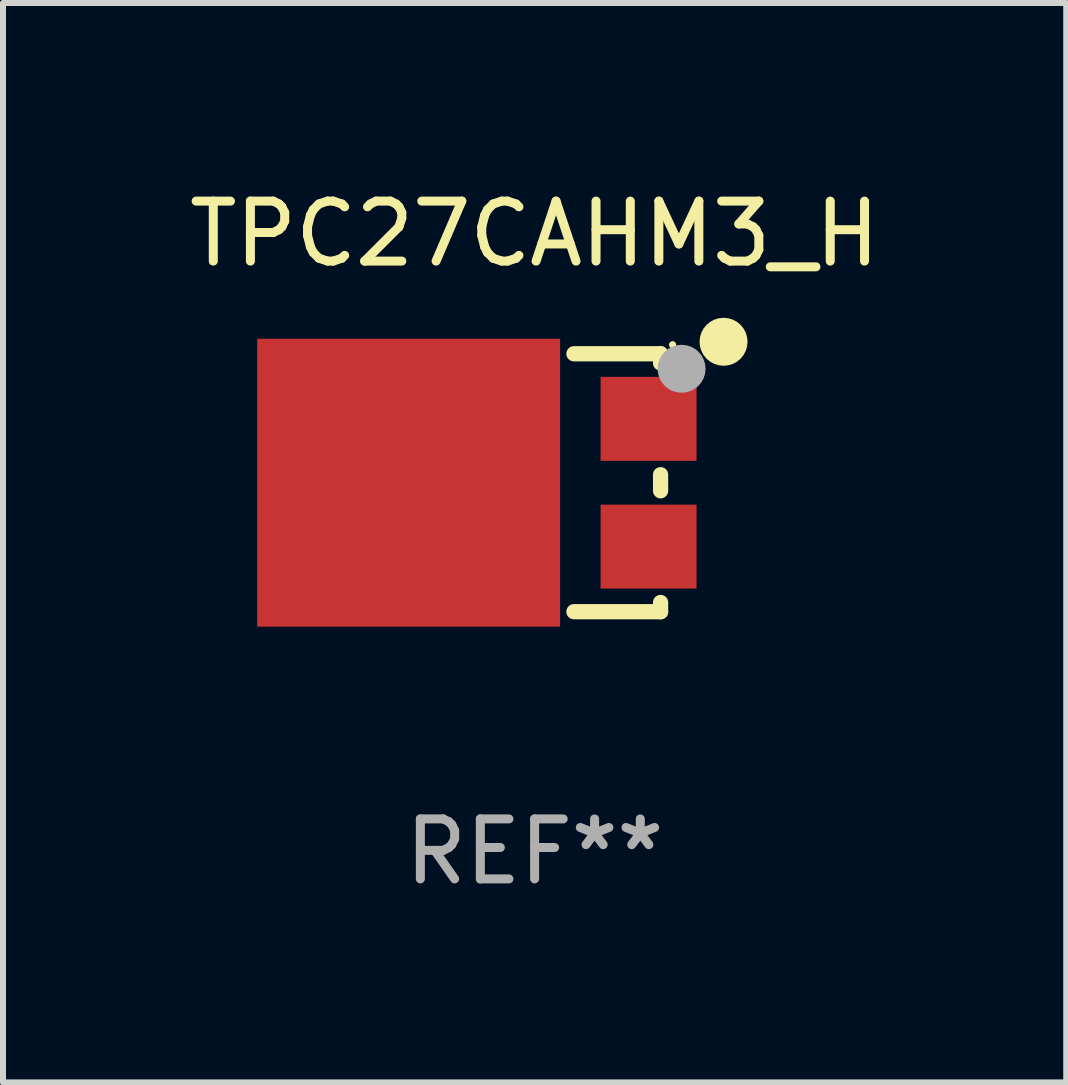
<source format=kicad_pcb>
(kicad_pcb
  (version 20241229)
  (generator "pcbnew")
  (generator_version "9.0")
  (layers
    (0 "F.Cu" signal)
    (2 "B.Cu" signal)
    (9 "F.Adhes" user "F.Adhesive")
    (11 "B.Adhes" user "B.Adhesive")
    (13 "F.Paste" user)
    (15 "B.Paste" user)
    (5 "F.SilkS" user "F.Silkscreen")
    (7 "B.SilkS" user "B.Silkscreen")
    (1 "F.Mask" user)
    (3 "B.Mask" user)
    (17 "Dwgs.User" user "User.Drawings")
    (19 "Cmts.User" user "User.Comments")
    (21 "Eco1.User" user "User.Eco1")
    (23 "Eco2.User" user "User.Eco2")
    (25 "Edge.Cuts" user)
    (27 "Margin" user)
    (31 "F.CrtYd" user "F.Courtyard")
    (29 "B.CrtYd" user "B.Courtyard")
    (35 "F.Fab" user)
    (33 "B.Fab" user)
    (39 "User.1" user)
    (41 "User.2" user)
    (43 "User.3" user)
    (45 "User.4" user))
  (footprint "TPC27CAHM3_H"
    (layer "F.Cu")
    (at 5.863 4.998)
    (property "Reference" "TPC27CAHM3_H" (at 0 -4.15 0) (layer "F.SilkS") (effects (font (size 1 1) (thickness 0.15))))
    (attr through_hole)
    (fp_line (start 0.656 -2.15) (end 2.1 -2.15) (stroke (width 0.254) (type solid)) (layer "F.SilkS"))
    (fp_line (start 2.1 -2.15) (end 2.1 -1.996) (stroke (width 0.254) (type solid)) (layer "F.SilkS"))
    (fp_line (start 2.1 -0.134) (end 2.1 0.134) (stroke (width 0.254) (type solid)) (layer "F.SilkS"))
    (fp_line (start 2.1 1.996) (end 2.1 2.15) (stroke (width 0.254) (type solid)) (layer "F.SilkS"))
    (fp_line (start 2.1 2.15) (end 0.656 2.15) (stroke (width 0.254) (type solid)) (layer "F.SilkS"))
    (fp_circle (center 2.3 -2.3) (end 2.33 -2.3) (stroke (width 0.06) (type solid)) (fill no) (layer "F.SilkS"))
    (fp_circle (center 3.15 -2.35) (end 3.35 -2.35) (stroke (width 0.4) (type solid)) (fill no) (layer "F.SilkS"))
    (fp_circle (center 2.45 -1.9) (end 2.65 -1.9) (stroke (width 0.4) (type solid)) (fill no) (layer "F.Fab"))
    (fp_text user "REF**" (at 0 6.15 0) (layer "F.Fab") (effects (font (size 1 1) (thickness 0.15))))
    (pad "1" smd rect (at 1.9 -1.065) (size 1.6 1.4) (layers "F.Cu" "F.Mask" "F.Paste"))
    (pad "2" smd rect (at 1.9 1.065) (size 1.6 1.4) (layers "F.Cu" "F.Mask" "F.Paste"))
    (pad "3" smd rect (at -2.1 -0.000013) (size 5.05 4.8) (layers "F.Cu" "F.Mask" "F.Paste")))
  (gr_rect
    (start -3 -3)
    (end 14.726 14.996)
    (stroke (width 0.1) (type default))
    (fill no)
    (layer "Edge.Cuts")))
</source>
